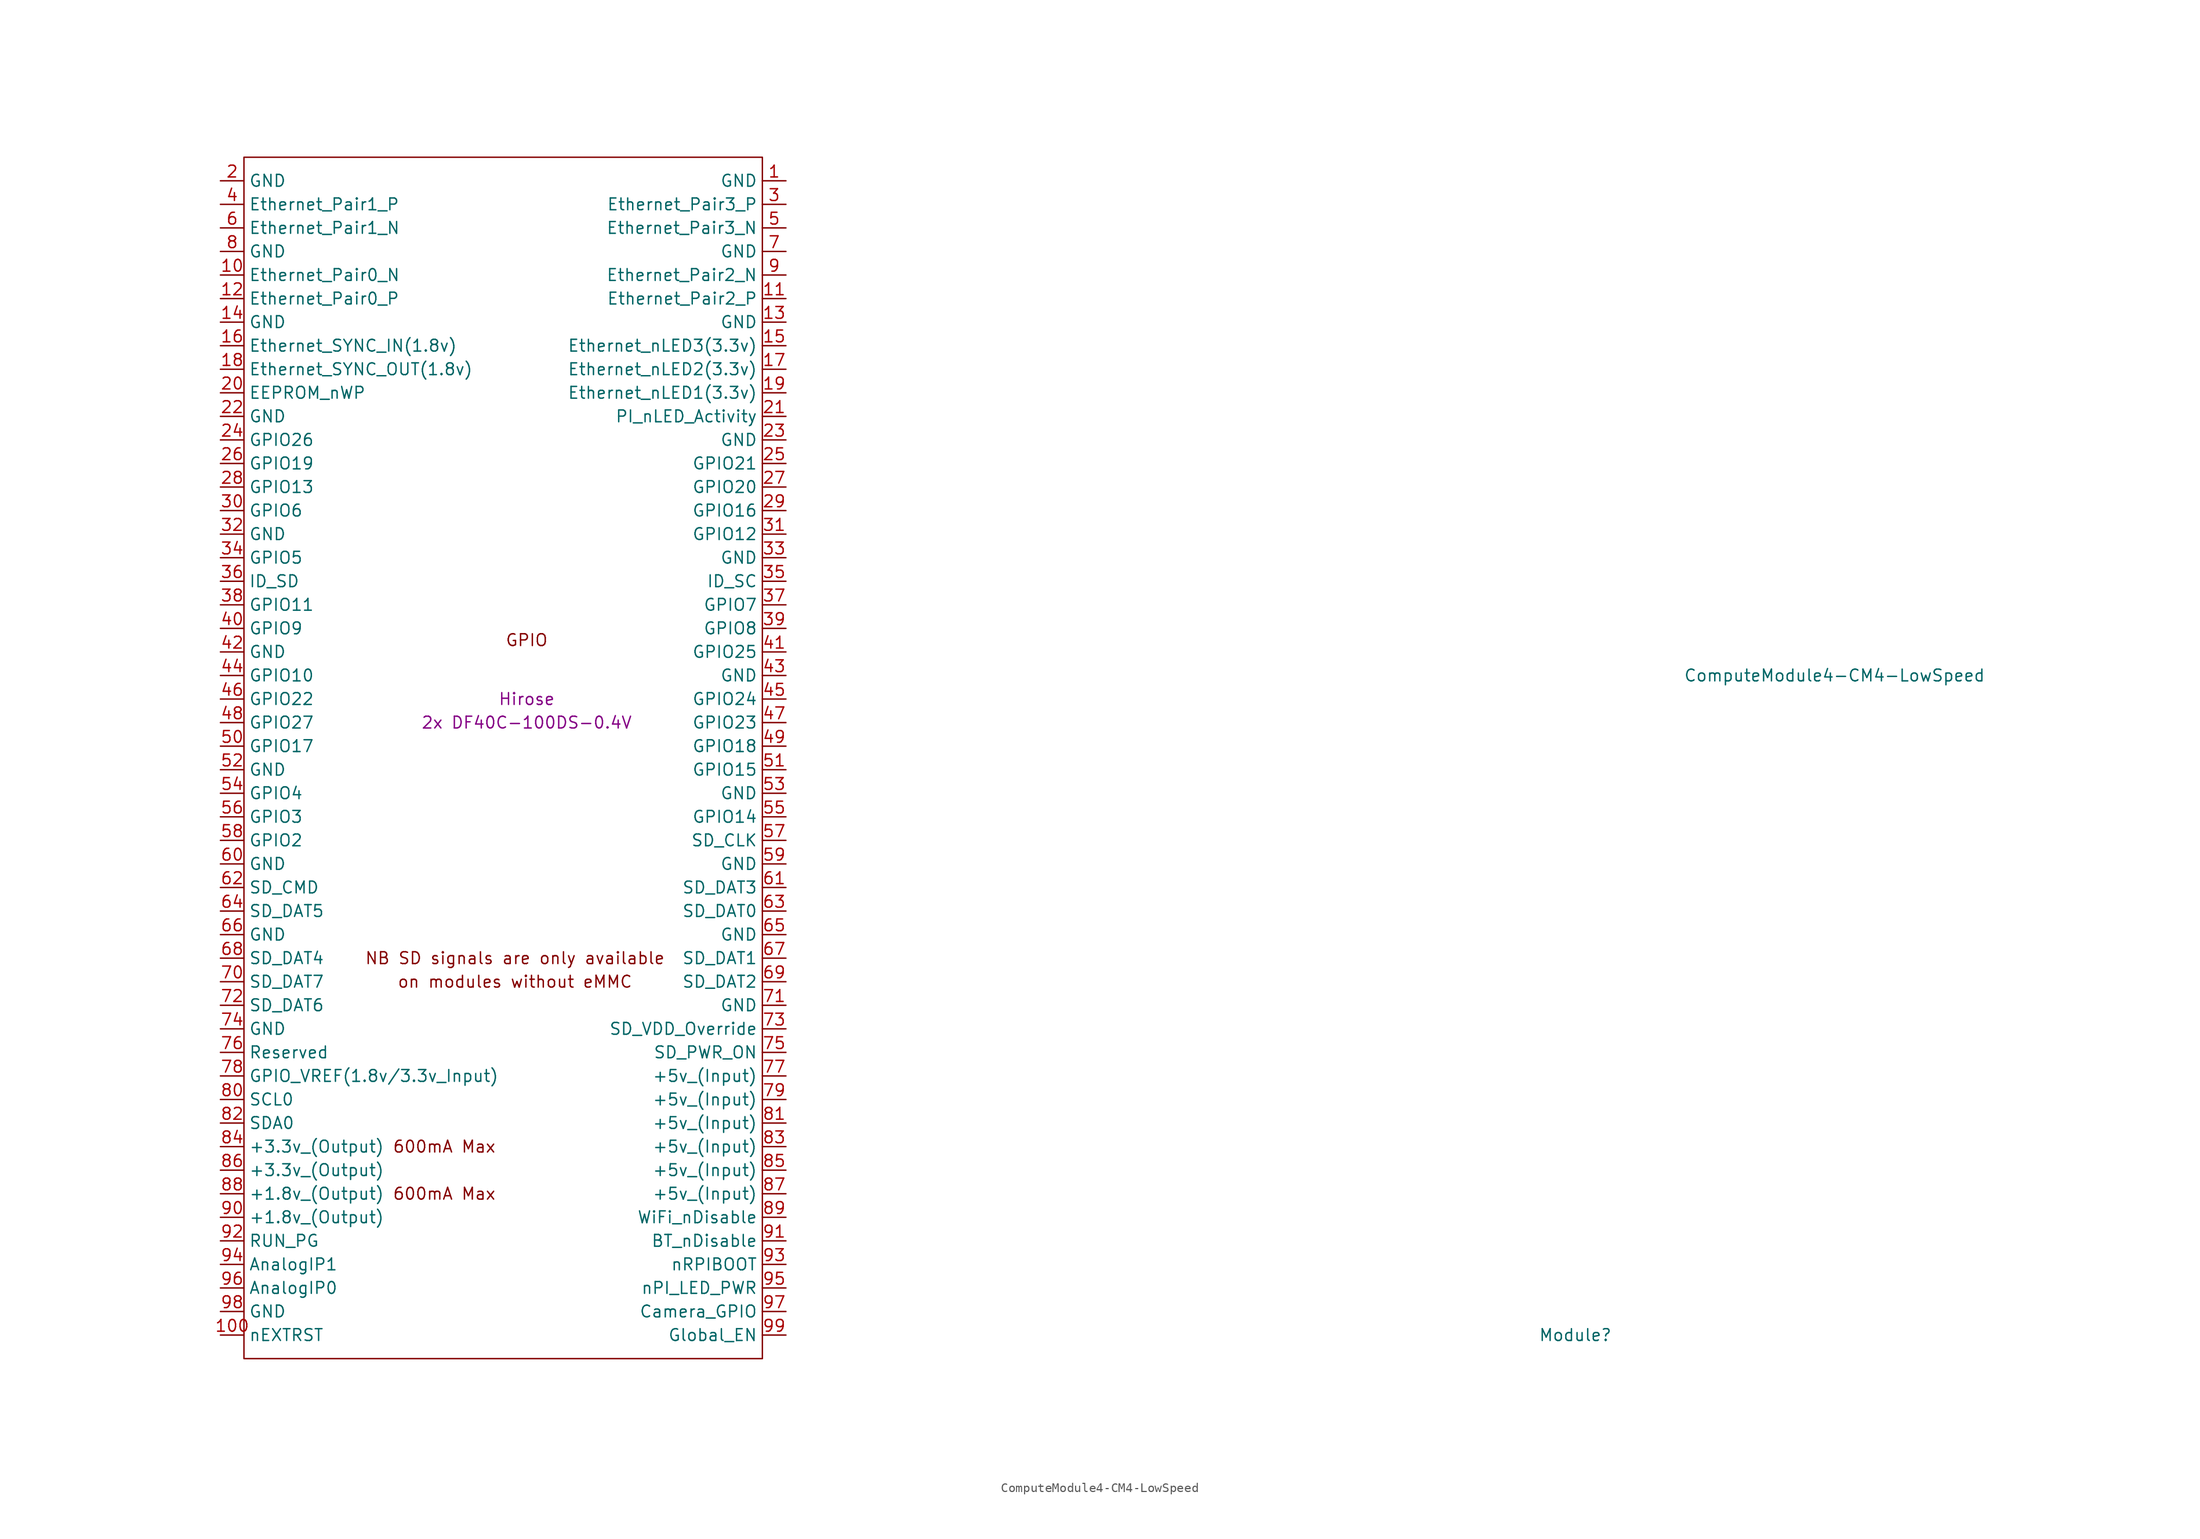
<source format=kicad_sym>
(kicad_symbol_lib
  (version 20231120)
  (generator "kicad_symbol_editor")
  (generator_version "8.0")
  (symbol "ComputeModule4-CM4-LowSpeed"
    (property "Reference" "Module"
      (at 113.03 -68.58 0)
      (effects (font (size 1.27 1.27))))
    (property "Value" "ComputeModule4-CM4-LowSpeed"
      (at 140.97 2.54 0)
      (effects (font (size 1.27 1.27))))
    (property "Field4" "Hirose"
      (at 0 0 0)
      (effects (font (size 1.27 1.27))))
    (property "Field5" "2x DF40C-100DS-0.4V"
      (at 0 -2.54 0)
      (effects (font (size 1.27 1.27))))
    (symbol "ComputeModule4-CM4-LowSpeed_1_0"
      (text "GPIO" (at 0 6.35 0) (effects (font (size 1.27 1.27)))))
    (symbol "ComputeModule4-CM4-LowSpeed_1_1"
      (rectangle (start -30.48 -71.12) (end 25.4 58.42) (stroke (width 0) (type default)) (fill (type none)))
      (text "600mA Max" (at -8.89 -53.34 0) (effects (font (size 1.27 1.27))))
      (text "600mA Max" (at -8.89 -48.26 0) (effects (font (size 1.27 1.27))))
      (text "NB SD signals are only available" (at -1.27 -27.94 0) (effects (font (size 1.27 1.27))))
      (text "on modules without eMMC" (at -1.27 -30.48 0) (effects (font (size 1.27 1.27))))
      (pin power_in line (at 27.94 55.88 180) (length 2.54) (name "GND" (effects (font (size 1.27 1.27)))) (number "1" (effects (font (size 1.27 1.27)))))
      (pin passive line (at -33.02 45.72 0) (length 2.54) (name "Ethernet_Pair0_N" (effects (font (size 1.27 1.27)))) (number "10" (effects (font (size 1.27 1.27)))))
      (pin output line (at -33.02 -68.58 0) (length 2.54) (name "nEXTRST" (effects (font (size 1.27 1.27)))) (number "100" (effects (font (size 1.27 1.27)))))
      (pin passive line (at 27.94 43.18 180) (length 2.54) (name "Ethernet_Pair2_P" (effects (font (size 1.27 1.27)))) (number "11" (effects (font (size 1.27 1.27)))))
      (pin passive line (at -33.02 43.18 0) (length 2.54) (name "Ethernet_Pair0_P" (effects (font (size 1.27 1.27)))) (number "12" (effects (font (size 1.27 1.27)))))
      (pin power_in line (at 27.94 40.64 180) (length 2.54) (name "GND" (effects (font (size 1.27 1.27)))) (number "13" (effects (font (size 1.27 1.27)))))
      (pin power_in line (at -33.02 40.64 0) (length 2.54) (name "GND" (effects (font (size 1.27 1.27)))) (number "14" (effects (font (size 1.27 1.27)))))
      (pin output line (at 27.94 38.1 180) (length 2.54) (name "Ethernet_nLED3(3.3v)" (effects (font (size 1.27 1.27)))) (number "15" (effects (font (size 1.27 1.27)))))
      (pin input line (at -33.02 38.1 0) (length 2.54) (name "Ethernet_SYNC_IN(1.8v)" (effects (font (size 1.27 1.27)))) (number "16" (effects (font (size 1.27 1.27)))))
      (pin output line (at 27.94 35.56 180) (length 2.54) (name "Ethernet_nLED2(3.3v)" (effects (font (size 1.27 1.27)))) (number "17" (effects (font (size 1.27 1.27)))))
      (pin input line (at -33.02 35.56 0) (length 2.54) (name "Ethernet_SYNC_OUT(1.8v)" (effects (font (size 1.27 1.27)))) (number "18" (effects (font (size 1.27 1.27)))))
      (pin output line (at 27.94 33.02 180) (length 2.54) (name "Ethernet_nLED1(3.3v)" (effects (font (size 1.27 1.27)))) (number "19" (effects (font (size 1.27 1.27)))))
      (pin power_in line (at -33.02 55.88 0) (length 2.54) (name "GND" (effects (font (size 1.27 1.27)))) (number "2" (effects (font (size 1.27 1.27)))))
      (pin passive line (at -33.02 33.02 0) (length 2.54) (name "EEPROM_nWP" (effects (font (size 1.27 1.27)))) (number "20" (effects (font (size 1.27 1.27)))))
      (pin open_collector line (at 27.94 30.48 180) (length 2.54) (name "PI_nLED_Activity" (effects (font (size 1.27 1.27)))) (number "21" (effects (font (size 1.27 1.27)))))
      (pin power_in line (at -33.02 30.48 0) (length 2.54) (name "GND" (effects (font (size 1.27 1.27)))) (number "22" (effects (font (size 1.27 1.27)))))
      (pin power_in line (at 27.94 27.94 180) (length 2.54) (name "GND" (effects (font (size 1.27 1.27)))) (number "23" (effects (font (size 1.27 1.27)))))
      (pin passive line (at -33.02 27.94 0) (length 2.54) (name "GPIO26" (effects (font (size 1.27 1.27)))) (number "24" (effects (font (size 1.27 1.27)))))
      (pin passive line (at 27.94 25.4 180) (length 2.54) (name "GPIO21" (effects (font (size 1.27 1.27)))) (number "25" (effects (font (size 1.27 1.27)))))
      (pin passive line (at -33.02 25.4 0) (length 2.54) (name "GPIO19" (effects (font (size 1.27 1.27)))) (number "26" (effects (font (size 1.27 1.27)))))
      (pin passive line (at 27.94 22.86 180) (length 2.54) (name "GPIO20" (effects (font (size 1.27 1.27)))) (number "27" (effects (font (size 1.27 1.27)))))
      (pin passive line (at -33.02 22.86 0) (length 2.54) (name "GPIO13" (effects (font (size 1.27 1.27)))) (number "28" (effects (font (size 1.27 1.27)))))
      (pin passive line (at 27.94 20.32 180) (length 2.54) (name "GPIO16" (effects (font (size 1.27 1.27)))) (number "29" (effects (font (size 1.27 1.27)))))
      (pin passive line (at 27.94 53.34 180) (length 2.54) (name "Ethernet_Pair3_P" (effects (font (size 1.27 1.27)))) (number "3" (effects (font (size 1.27 1.27)))))
      (pin passive line (at -33.02 20.32 0) (length 2.54) (name "GPIO6" (effects (font (size 1.27 1.27)))) (number "30" (effects (font (size 1.27 1.27)))))
      (pin passive line (at 27.94 17.78 180) (length 2.54) (name "GPIO12" (effects (font (size 1.27 1.27)))) (number "31" (effects (font (size 1.27 1.27)))))
      (pin power_in line (at -33.02 17.78 0) (length 2.54) (name "GND" (effects (font (size 1.27 1.27)))) (number "32" (effects (font (size 1.27 1.27)))))
      (pin power_in line (at 27.94 15.24 180) (length 2.54) (name "GND" (effects (font (size 1.27 1.27)))) (number "33" (effects (font (size 1.27 1.27)))))
      (pin passive line (at -33.02 15.24 0) (length 2.54) (name "GPIO5" (effects (font (size 1.27 1.27)))) (number "34" (effects (font (size 1.27 1.27)))))
      (pin passive line (at 27.94 12.7 180) (length 2.54) (name "ID_SC" (effects (font (size 1.27 1.27)))) (number "35" (effects (font (size 1.27 1.27)))))
      (pin passive line (at -33.02 12.7 0) (length 2.54) (name "ID_SD" (effects (font (size 1.27 1.27)))) (number "36" (effects (font (size 1.27 1.27)))))
      (pin passive line (at 27.94 10.16 180) (length 2.54) (name "GPIO7" (effects (font (size 1.27 1.27)))) (number "37" (effects (font (size 1.27 1.27)))))
      (pin passive line (at -33.02 10.16 0) (length 2.54) (name "GPIO11" (effects (font (size 1.27 1.27)))) (number "38" (effects (font (size 1.27 1.27)))))
      (pin passive line (at 27.94 7.62 180) (length 2.54) (name "GPIO8" (effects (font (size 1.27 1.27)))) (number "39" (effects (font (size 1.27 1.27)))))
      (pin passive line (at -33.02 53.34 0) (length 2.54) (name "Ethernet_Pair1_P" (effects (font (size 1.27 1.27)))) (number "4" (effects (font (size 1.27 1.27)))))
      (pin passive line (at -33.02 7.62 0) (length 2.54) (name "GPIO9" (effects (font (size 1.27 1.27)))) (number "40" (effects (font (size 1.27 1.27)))))
      (pin passive line (at 27.94 5.08 180) (length 2.54) (name "GPIO25" (effects (font (size 1.27 1.27)))) (number "41" (effects (font (size 1.27 1.27)))))
      (pin power_in line (at -33.02 5.08 0) (length 2.54) (name "GND" (effects (font (size 1.27 1.27)))) (number "42" (effects (font (size 1.27 1.27)))))
      (pin power_in line (at 27.94 2.54 180) (length 2.54) (name "GND" (effects (font (size 1.27 1.27)))) (number "43" (effects (font (size 1.27 1.27)))))
      (pin passive line (at -33.02 2.54 0) (length 2.54) (name "GPIO10" (effects (font (size 1.27 1.27)))) (number "44" (effects (font (size 1.27 1.27)))))
      (pin passive line (at 27.94 0 180) (length 2.54) (name "GPIO24" (effects (font (size 1.27 1.27)))) (number "45" (effects (font (size 1.27 1.27)))))
      (pin passive line (at -33.02 0 0) (length 2.54) (name "GPIO22" (effects (font (size 1.27 1.27)))) (number "46" (effects (font (size 1.27 1.27)))))
      (pin passive line (at 27.94 -2.54 180) (length 2.54) (name "GPIO23" (effects (font (size 1.27 1.27)))) (number "47" (effects (font (size 1.27 1.27)))))
      (pin passive line (at -33.02 -2.54 0) (length 2.54) (name "GPIO27" (effects (font (size 1.27 1.27)))) (number "48" (effects (font (size 1.27 1.27)))))
      (pin passive line (at 27.94 -5.08 180) (length 2.54) (name "GPIO18" (effects (font (size 1.27 1.27)))) (number "49" (effects (font (size 1.27 1.27)))))
      (pin passive line (at 27.94 50.8 180) (length 2.54) (name "Ethernet_Pair3_N" (effects (font (size 1.27 1.27)))) (number "5" (effects (font (size 1.27 1.27)))))
      (pin passive line (at -33.02 -5.08 0) (length 2.54) (name "GPIO17" (effects (font (size 1.27 1.27)))) (number "50" (effects (font (size 1.27 1.27)))))
      (pin passive line (at 27.94 -7.62 180) (length 2.54) (name "GPIO15" (effects (font (size 1.27 1.27)))) (number "51" (effects (font (size 1.27 1.27)))))
      (pin power_in line (at -33.02 -7.62 0) (length 2.54) (name "GND" (effects (font (size 1.27 1.27)))) (number "52" (effects (font (size 1.27 1.27)))))
      (pin power_in line (at 27.94 -10.16 180) (length 2.54) (name "GND" (effects (font (size 1.27 1.27)))) (number "53" (effects (font (size 1.27 1.27)))))
      (pin passive line (at -33.02 -10.16 0) (length 2.54) (name "GPIO4" (effects (font (size 1.27 1.27)))) (number "54" (effects (font (size 1.27 1.27)))))
      (pin passive line (at 27.94 -12.7 180) (length 2.54) (name "GPIO14" (effects (font (size 1.27 1.27)))) (number "55" (effects (font (size 1.27 1.27)))))
      (pin passive line (at -33.02 -12.7 0) (length 2.54) (name "GPIO3" (effects (font (size 1.27 1.27)))) (number "56" (effects (font (size 1.27 1.27)))))
      (pin passive line (at 27.94 -15.24 180) (length 2.54) (name "SD_CLK" (effects (font (size 1.27 1.27)))) (number "57" (effects (font (size 1.27 1.27)))))
      (pin passive line (at -33.02 -15.24 0) (length 2.54) (name "GPIO2" (effects (font (size 1.27 1.27)))) (number "58" (effects (font (size 1.27 1.27)))))
      (pin power_in line (at 27.94 -17.78 180) (length 2.54) (name "GND" (effects (font (size 1.27 1.27)))) (number "59" (effects (font (size 1.27 1.27)))))
      (pin passive line (at -33.02 50.8 0) (length 2.54) (name "Ethernet_Pair1_N" (effects (font (size 1.27 1.27)))) (number "6" (effects (font (size 1.27 1.27)))))
      (pin power_in line (at -33.02 -17.78 0) (length 2.54) (name "GND" (effects (font (size 1.27 1.27)))) (number "60" (effects (font (size 1.27 1.27)))))
      (pin passive line (at 27.94 -20.32 180) (length 2.54) (name "SD_DAT3" (effects (font (size 1.27 1.27)))) (number "61" (effects (font (size 1.27 1.27)))))
      (pin passive line (at -33.02 -20.32 0) (length 2.54) (name "SD_CMD" (effects (font (size 1.27 1.27)))) (number "62" (effects (font (size 1.27 1.27)))))
      (pin passive line (at 27.94 -22.86 180) (length 2.54) (name "SD_DAT0" (effects (font (size 1.27 1.27)))) (number "63" (effects (font (size 1.27 1.27)))))
      (pin passive line (at -33.02 -22.86 0) (length 2.54) (name "SD_DAT5" (effects (font (size 1.27 1.27)))) (number "64" (effects (font (size 1.27 1.27)))))
      (pin power_in line (at 27.94 -25.4 180) (length 2.54) (name "GND" (effects (font (size 1.27 1.27)))) (number "65" (effects (font (size 1.27 1.27)))))
      (pin power_in line (at -33.02 -25.4 0) (length 2.54) (name "GND" (effects (font (size 1.27 1.27)))) (number "66" (effects (font (size 1.27 1.27)))))
      (pin passive line (at 27.94 -27.94 180) (length 2.54) (name "SD_DAT1" (effects (font (size 1.27 1.27)))) (number "67" (effects (font (size 1.27 1.27)))))
      (pin passive line (at -33.02 -27.94 0) (length 2.54) (name "SD_DAT4" (effects (font (size 1.27 1.27)))) (number "68" (effects (font (size 1.27 1.27)))))
      (pin passive line (at 27.94 -30.48 180) (length 2.54) (name "SD_DAT2" (effects (font (size 1.27 1.27)))) (number "69" (effects (font (size 1.27 1.27)))))
      (pin power_in line (at 27.94 48.26 180) (length 2.54) (name "GND" (effects (font (size 1.27 1.27)))) (number "7" (effects (font (size 1.27 1.27)))))
      (pin passive line (at -33.02 -30.48 0) (length 2.54) (name "SD_DAT7" (effects (font (size 1.27 1.27)))) (number "70" (effects (font (size 1.27 1.27)))))
      (pin power_in line (at 27.94 -33.02 180) (length 2.54) (name "GND" (effects (font (size 1.27 1.27)))) (number "71" (effects (font (size 1.27 1.27)))))
      (pin passive line (at -33.02 -33.02 0) (length 2.54) (name "SD_DAT6" (effects (font (size 1.27 1.27)))) (number "72" (effects (font (size 1.27 1.27)))))
      (pin input line (at 27.94 -35.56 180) (length 2.54) (name "SD_VDD_Override" (effects (font (size 1.27 1.27)))) (number "73" (effects (font (size 1.27 1.27)))))
      (pin power_in line (at -33.02 -35.56 0) (length 2.54) (name "GND" (effects (font (size 1.27 1.27)))) (number "74" (effects (font (size 1.27 1.27)))))
      (pin output line (at 27.94 -38.1 180) (length 2.54) (name "SD_PWR_ON" (effects (font (size 1.27 1.27)))) (number "75" (effects (font (size 1.27 1.27)))))
      (pin passive line (at -33.02 -38.1 0) (length 2.54) (name "Reserved" (effects (font (size 1.27 1.27)))) (number "76" (effects (font (size 1.27 1.27)))))
      (pin power_in line (at 27.94 -40.64 180) (length 2.54) (name "+5v_(Input)" (effects (font (size 1.27 1.27)))) (number "77" (effects (font (size 1.27 1.27)))))
      (pin power_in line (at -33.02 -40.64 0) (length 2.54) (name "GPIO_VREF(1.8v/3.3v_Input)" (effects (font (size 1.27 1.27)))) (number "78" (effects (font (size 1.27 1.27)))))
      (pin power_in line (at 27.94 -43.18 180) (length 2.54) (name "+5v_(Input)" (effects (font (size 1.27 1.27)))) (number "79" (effects (font (size 1.27 1.27)))))
      (pin power_in line (at -33.02 48.26 0) (length 2.54) (name "GND" (effects (font (size 1.27 1.27)))) (number "8" (effects (font (size 1.27 1.27)))))
      (pin passive line (at -33.02 -43.18 0) (length 2.54) (name "SCL0" (effects (font (size 1.27 1.27)))) (number "80" (effects (font (size 1.27 1.27)))))
      (pin power_in line (at 27.94 -45.72 180) (length 2.54) (name "+5v_(Input)" (effects (font (size 1.27 1.27)))) (number "81" (effects (font (size 1.27 1.27)))))
      (pin passive line (at -33.02 -45.72 0) (length 2.54) (name "SDA0" (effects (font (size 1.27 1.27)))) (number "82" (effects (font (size 1.27 1.27)))))
      (pin power_in line (at 27.94 -48.26 180) (length 2.54) (name "+5v_(Input)" (effects (font (size 1.27 1.27)))) (number "83" (effects (font (size 1.27 1.27)))))
      (pin power_out line (at -33.02 -48.26 0) (length 2.54) (name "+3.3v_(Output)" (effects (font (size 1.27 1.27)))) (number "84" (effects (font (size 1.27 1.27)))))
      (pin power_in line (at 27.94 -50.8 180) (length 2.54) (name "+5v_(Input)" (effects (font (size 1.27 1.27)))) (number "85" (effects (font (size 1.27 1.27)))))
      (pin power_out line (at -33.02 -50.8 0) (length 2.54) (name "+3.3v_(Output)" (effects (font (size 1.27 1.27)))) (number "86" (effects (font (size 1.27 1.27)))))
      (pin power_in line (at 27.94 -53.34 180) (length 2.54) (name "+5v_(Input)" (effects (font (size 1.27 1.27)))) (number "87" (effects (font (size 1.27 1.27)))))
      (pin power_out line (at -33.02 -53.34 0) (length 2.54) (name "+1.8v_(Output)" (effects (font (size 1.27 1.27)))) (number "88" (effects (font (size 1.27 1.27)))))
      (pin power_in line (at 27.94 -55.88 180) (length 2.54) (name "WiFi_nDisable" (effects (font (size 1.27 1.27)))) (number "89" (effects (font (size 1.27 1.27)))))
      (pin passive line (at 27.94 45.72 180) (length 2.54) (name "Ethernet_Pair2_N" (effects (font (size 1.27 1.27)))) (number "9" (effects (font (size 1.27 1.27)))))
      (pin power_out line (at -33.02 -55.88 0) (length 2.54) (name "+1.8v_(Output)" (effects (font (size 1.27 1.27)))) (number "90" (effects (font (size 1.27 1.27)))))
      (pin power_in line (at 27.94 -58.42 180) (length 2.54) (name "BT_nDisable" (effects (font (size 1.27 1.27)))) (number "91" (effects (font (size 1.27 1.27)))))
      (pin passive line (at -33.02 -58.42 0) (length 2.54) (name "RUN_PG" (effects (font (size 1.27 1.27)))) (number "92" (effects (font (size 1.27 1.27)))))
      (pin input line (at 27.94 -60.96 180) (length 2.54) (name "nRPIBOOT" (effects (font (size 1.27 1.27)))) (number "93" (effects (font (size 1.27 1.27)))))
      (pin passive line (at -33.02 -60.96 0) (length 2.54) (name "AnalogIP1" (effects (font (size 1.27 1.27)))) (number "94" (effects (font (size 1.27 1.27)))))
      (pin output line (at 27.94 -63.5 180) (length 2.54) (name "nPI_LED_PWR" (effects (font (size 1.27 1.27)))) (number "95" (effects (font (size 1.27 1.27)))))
      (pin passive line (at -33.02 -63.5 0) (length 2.54) (name "AnalogIP0" (effects (font (size 1.27 1.27)))) (number "96" (effects (font (size 1.27 1.27)))))
      (pin passive line (at 27.94 -66.04 180) (length 2.54) (name "Camera_GPIO" (effects (font (size 1.27 1.27)))) (number "97" (effects (font (size 1.27 1.27)))))
      (pin power_in line (at -33.02 -66.04 0) (length 2.54) (name "GND" (effects (font (size 1.27 1.27)))) (number "98" (effects (font (size 1.27 1.27)))))
      (pin input line (at 27.94 -68.58 180) (length 2.54) (name "Global_EN" (effects (font (size 1.27 1.27)))) (number "99" (effects (font (size 1.27 1.27))))))))
</source>
